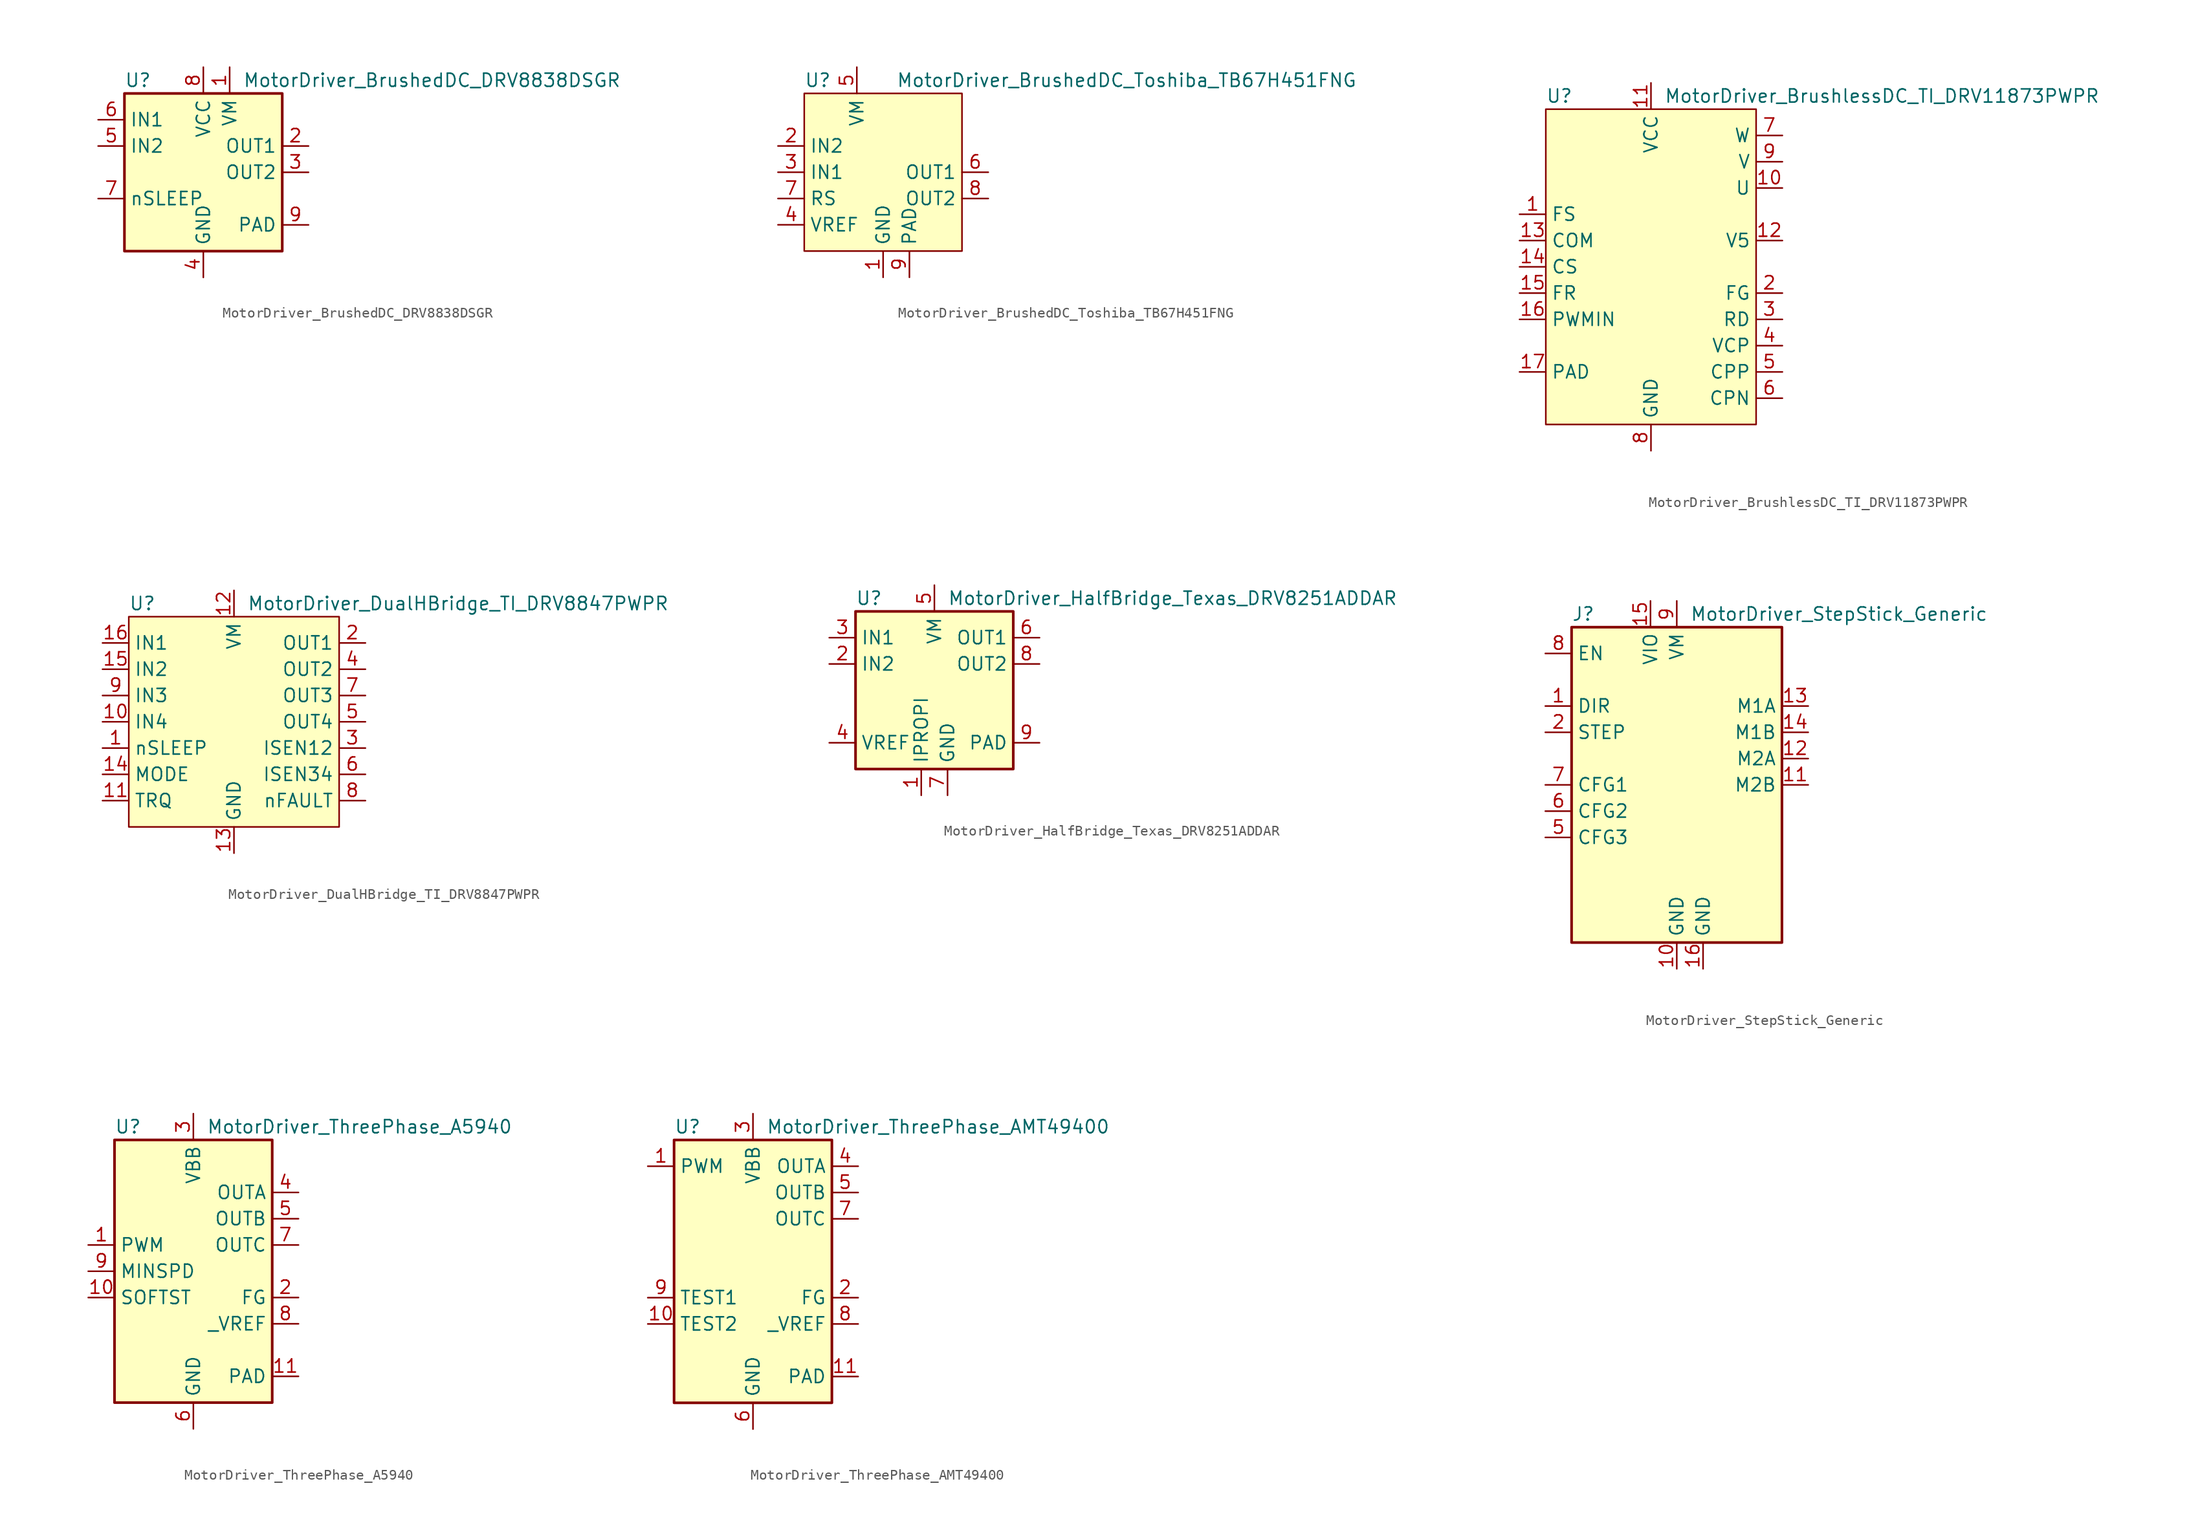
<source format=kicad_sym>
(kicad_symbol_lib
  (version 20231120)
  (generator "kicad_symbol_editor")
  (generator_version "8.0")
  (symbol "MotorDriver_BrushedDC_DRV8838DSGR"
    (property "Reference" "U"
      (at -7.62 8.89 0)
      (effects (font (size 1.27 1.27)) (justify left)))
    (property "Value" "MotorDriver_BrushedDC_DRV8838DSGR"
      (at 3.81 8.89 0)
      (effects (font (size 1.27 1.27)) (justify left)))
    (symbol "MotorDriver_BrushedDC_DRV8838DSGR_0_1"
      (rectangle (start -7.62 7.62) (end 7.62 -7.62) (stroke (width 0.254) (type default)) (fill (type background))))
    (symbol "MotorDriver_BrushedDC_DRV8838DSGR_1_1"
      (pin power_in line (at 2.54 10.16 270) (length 2.54) (name "VM" (effects (font (size 1.27 1.27)))) (number "1" (effects (font (size 1.27 1.27)))))
      (pin output line (at 10.16 2.54 180) (length 2.54) (name "OUT1" (effects (font (size 1.27 1.27)))) (number "2" (effects (font (size 1.27 1.27)))))
      (pin output line (at 10.16 0 180) (length 2.54) (name "OUT2" (effects (font (size 1.27 1.27)))) (number "3" (effects (font (size 1.27 1.27)))))
      (pin power_in line (at 0 -10.16 90) (length 2.54) (name "GND" (effects (font (size 1.27 1.27)))) (number "4" (effects (font (size 1.27 1.27)))))
      (pin input line (at -10.16 2.54 0) (length 2.54) (name "IN2" (effects (font (size 1.27 1.27)))) (number "5" (effects (font (size 1.27 1.27)))))
      (pin input line (at -10.16 5.08 0) (length 2.54) (name "IN1" (effects (font (size 1.27 1.27)))) (number "6" (effects (font (size 1.27 1.27)))))
      (pin input line (at -10.16 -2.54 0) (length 2.54) (name "nSLEEP" (effects (font (size 1.27 1.27)))) (number "7" (effects (font (size 1.27 1.27)))))
      (pin power_in line (at 0 10.16 270) (length 2.54) (name "VCC" (effects (font (size 1.27 1.27)))) (number "8" (effects (font (size 1.27 1.27)))))
      (pin passive line (at 10.16 -5.08 180) (length 2.54) (name "PAD" (effects (font (size 1.27 1.27)))) (number "9" (effects (font (size 1.27 1.27)))))))
  (symbol "MotorDriver_BrushedDC_Toshiba_TB67H451FNG"
    (property "Reference" "U"
      (at -7.62 8.89 0)
      (effects (font (size 1.27 1.27)) (justify left)))
    (property "Value" "MotorDriver_BrushedDC_Toshiba_TB67H451FNG"
      (at 1.27 8.89 0)
      (effects (font (size 1.27 1.27)) (justify left)))
    (symbol "MotorDriver_BrushedDC_Toshiba_TB67H451FNG_1_1"
      (rectangle (start -7.62 7.62) (end 7.62 -7.62) (stroke (width 0) (type default)) (fill (type background)))
      (pin power_in line (at 0 -10.16 90) (length 2.54) (name "GND" (effects (font (size 1.27 1.27)))) (number "1" (effects (font (size 1.27 1.27)))))
      (pin input line (at -10.16 2.54 0) (length 2.54) (name "IN2" (effects (font (size 1.27 1.27)))) (number "2" (effects (font (size 1.27 1.27)))))
      (pin input line (at -10.16 0 0) (length 2.54) (name "IN1" (effects (font (size 1.27 1.27)))) (number "3" (effects (font (size 1.27 1.27)))))
      (pin input line (at -10.16 -5.08 0) (length 2.54) (name "VREF" (effects (font (size 1.27 1.27)))) (number "4" (effects (font (size 1.27 1.27)))))
      (pin power_in line (at -2.54 10.16 270) (length 2.54) (name "VM" (effects (font (size 1.27 1.27)))) (number "5" (effects (font (size 1.27 1.27)))))
      (pin output line (at 10.16 0 180) (length 2.54) (name "OUT1" (effects (font (size 1.27 1.27)))) (number "6" (effects (font (size 1.27 1.27)))))
      (pin input line (at -10.16 -2.54 0) (length 2.54) (name "RS" (effects (font (size 1.27 1.27)))) (number "7" (effects (font (size 1.27 1.27)))))
      (pin output line (at 10.16 -2.54 180) (length 2.54) (name "OUT2" (effects (font (size 1.27 1.27)))) (number "8" (effects (font (size 1.27 1.27)))))
      (pin power_in line (at 2.54 -10.16 90) (length 2.54) (name "PAD" (effects (font (size 1.27 1.27)))) (number "9" (effects (font (size 1.27 1.27)))))))
  (symbol "MotorDriver_BrushlessDC_TI_DRV11873PWPR"
    (property "Reference" "U"
      (at -10.16 16.51 0)
      (effects (font (size 1.27 1.27)) (justify left)))
    (property "Value" "MotorDriver_BrushlessDC_TI_DRV11873PWPR"
      (at 1.27 16.51 0)
      (effects (font (size 1.27 1.27)) (justify left)))
    (symbol "MotorDriver_BrushlessDC_TI_DRV11873PWPR_1_1"
      (rectangle (start -10.16 15.24) (end 10.16 -15.24) (stroke (width 0) (type default)) (fill (type background)))
      (pin input line (at -12.7 5.08 0) (length 2.54) (name "FS" (effects (font (size 1.27 1.27)))) (number "1" (effects (font (size 1.27 1.27)))))
      (pin output line (at 12.7 7.62 180) (length 2.54) (name "U" (effects (font (size 1.27 1.27)))) (number "10" (effects (font (size 1.27 1.27)))))
      (pin power_in line (at 0 17.78 270) (length 2.54) (name "VCC" (effects (font (size 1.27 1.27)))) (number "11" (effects (font (size 1.27 1.27)))))
      (pin output line (at 12.7 2.54 180) (length 2.54) (name "V5" (effects (font (size 1.27 1.27)))) (number "12" (effects (font (size 1.27 1.27)))))
      (pin input line (at -12.7 2.54 0) (length 2.54) (name "COM" (effects (font (size 1.27 1.27)))) (number "13" (effects (font (size 1.27 1.27)))))
      (pin input line (at -12.7 0 0) (length 2.54) (name "CS" (effects (font (size 1.27 1.27)))) (number "14" (effects (font (size 1.27 1.27)))))
      (pin input line (at -12.7 -2.54 0) (length 2.54) (name "FR" (effects (font (size 1.27 1.27)))) (number "15" (effects (font (size 1.27 1.27)))))
      (pin input line (at -12.7 -5.08 0) (length 2.54) (name "PWMIN" (effects (font (size 1.27 1.27)))) (number "16" (effects (font (size 1.27 1.27)))))
      (pin passive line (at -12.7 -10.16 0) (length 2.54) (name "PAD" (effects (font (size 1.27 1.27)))) (number "17" (effects (font (size 1.27 1.27)))))
      (pin output line (at 12.7 -2.54 180) (length 2.54) (name "FG" (effects (font (size 1.27 1.27)))) (number "2" (effects (font (size 1.27 1.27)))))
      (pin output line (at 12.7 -5.08 180) (length 2.54) (name "RD" (effects (font (size 1.27 1.27)))) (number "3" (effects (font (size 1.27 1.27)))))
      (pin output line (at 12.7 -7.62 180) (length 2.54) (name "VCP" (effects (font (size 1.27 1.27)))) (number "4" (effects (font (size 1.27 1.27)))))
      (pin output line (at 12.7 -10.16 180) (length 2.54) (name "CPP" (effects (font (size 1.27 1.27)))) (number "5" (effects (font (size 1.27 1.27)))))
      (pin output line (at 12.7 -12.7 180) (length 2.54) (name "CPN" (effects (font (size 1.27 1.27)))) (number "6" (effects (font (size 1.27 1.27)))))
      (pin output line (at 12.7 12.7 180) (length 2.54) (name "W" (effects (font (size 1.27 1.27)))) (number "7" (effects (font (size 1.27 1.27)))))
      (pin power_in line (at 0 -17.78 90) (length 2.54) (name "GND" (effects (font (size 1.27 1.27)))) (number "8" (effects (font (size 1.27 1.27)))))
      (pin output line (at 12.7 10.16 180) (length 2.54) (name "V" (effects (font (size 1.27 1.27)))) (number "9" (effects (font (size 1.27 1.27)))))))
  (symbol "MotorDriver_DualHBridge_TI_DRV8847PWPR"
    (property "Reference" "U"
      (at -10.16 11.43 0)
      (effects (font (size 1.27 1.27)) (justify left)))
    (property "Value" "MotorDriver_DualHBridge_TI_DRV8847PWPR"
      (at 1.27 11.43 0)
      (effects (font (size 1.27 1.27)) (justify left)))
    (symbol "MotorDriver_DualHBridge_TI_DRV8847PWPR_1_1"
      (rectangle (start -10.16 10.16) (end 10.16 -10.16) (stroke (width 0) (type default)) (fill (type background)))
      (pin input line (at -12.7 -2.54 0) (length 2.54) (name "nSLEEP" (effects (font (size 1.27 1.27)))) (number "1" (effects (font (size 1.27 1.27)))))
      (pin input line (at -12.7 0 0) (length 2.54) (name "IN4" (effects (font (size 1.27 1.27)))) (number "10" (effects (font (size 1.27 1.27)))))
      (pin input line (at -12.7 -7.62 0) (length 2.54) (name "TRQ" (effects (font (size 1.27 1.27)))) (number "11" (effects (font (size 1.27 1.27)))))
      (pin power_in line (at 0 12.7 270) (length 2.54) (name "VM" (effects (font (size 1.27 1.27)))) (number "12" (effects (font (size 1.27 1.27)))))
      (pin power_in line (at 0 -12.7 90) (length 2.54) (name "GND" (effects (font (size 1.27 1.27)))) (number "13" (effects (font (size 1.27 1.27)))))
      (pin input line (at -12.7 -5.08 0) (length 2.54) (name "MODE" (effects (font (size 1.27 1.27)))) (number "14" (effects (font (size 1.27 1.27)))))
      (pin input line (at -12.7 5.08 0) (length 2.54) (name "IN2" (effects (font (size 1.27 1.27)))) (number "15" (effects (font (size 1.27 1.27)))))
      (pin input line (at -12.7 7.62 0) (length 2.54) (name "IN1" (effects (font (size 1.27 1.27)))) (number "16" (effects (font (size 1.27 1.27)))))
      (pin output line (at 12.7 7.62 180) (length 2.54) (name "OUT1" (effects (font (size 1.27 1.27)))) (number "2" (effects (font (size 1.27 1.27)))))
      (pin output line (at 12.7 -2.54 180) (length 2.54) (name "ISEN12" (effects (font (size 1.27 1.27)))) (number "3" (effects (font (size 1.27 1.27)))))
      (pin output line (at 12.7 5.08 180) (length 2.54) (name "OUT2" (effects (font (size 1.27 1.27)))) (number "4" (effects (font (size 1.27 1.27)))))
      (pin output line (at 12.7 0 180) (length 2.54) (name "OUT4" (effects (font (size 1.27 1.27)))) (number "5" (effects (font (size 1.27 1.27)))))
      (pin output line (at 12.7 -5.08 180) (length 2.54) (name "ISEN34" (effects (font (size 1.27 1.27)))) (number "6" (effects (font (size 1.27 1.27)))))
      (pin output line (at 12.7 2.54 180) (length 2.54) (name "OUT3" (effects (font (size 1.27 1.27)))) (number "7" (effects (font (size 1.27 1.27)))))
      (pin bidirectional line (at 12.7 -7.62 180) (length 2.54) (name "nFAULT" (effects (font (size 1.27 1.27)))) (number "8" (effects (font (size 1.27 1.27)))))
      (pin input line (at -12.7 2.54 0) (length 2.54) (name "IN3" (effects (font (size 1.27 1.27)))) (number "9" (effects (font (size 1.27 1.27)))))))
  (symbol "MotorDriver_HalfBridge_Texas_DRV8251ADDAR"
    (property "Reference" "U"
      (at -7.62 8.89 0)
      (effects (font (size 1.27 1.27)) (justify left)))
    (property "Value" "MotorDriver_HalfBridge_Texas_DRV8251ADDAR"
      (at 1.27 8.89 0)
      (effects (font (size 1.27 1.27)) (justify left)))
    (symbol "MotorDriver_HalfBridge_Texas_DRV8251ADDAR_0_1"
      (rectangle (start -7.62 7.62) (end 7.62 -7.62) (stroke (width 0.254) (type default)) (fill (type background))))
    (symbol "MotorDriver_HalfBridge_Texas_DRV8251ADDAR_1_1"
      (pin power_in line (at -1.27 -10.16 90) (length 2.54) (name "IPROPI" (effects (font (size 1.27 1.27)))) (number "1" (effects (font (size 1.27 1.27)))))
      (pin input line (at -10.16 2.54 0) (length 2.54) (name "IN2" (effects (font (size 1.27 1.27)))) (number "2" (effects (font (size 1.27 1.27)))))
      (pin input line (at -10.16 5.08 0) (length 2.54) (name "IN1" (effects (font (size 1.27 1.27)))) (number "3" (effects (font (size 1.27 1.27)))))
      (pin input line (at -10.16 -5.08 0) (length 2.54) (name "VREF" (effects (font (size 1.27 1.27)))) (number "4" (effects (font (size 1.27 1.27)))))
      (pin power_in line (at 0 10.16 270) (length 2.54) (name "VM" (effects (font (size 1.27 1.27)))) (number "5" (effects (font (size 1.27 1.27)))))
      (pin output line (at 10.16 5.08 180) (length 2.54) (name "OUT1" (effects (font (size 1.27 1.27)))) (number "6" (effects (font (size 1.27 1.27)))))
      (pin power_in line (at 1.27 -10.16 90) (length 2.54) (name "GND" (effects (font (size 1.27 1.27)))) (number "7" (effects (font (size 1.27 1.27)))))
      (pin output line (at 10.16 2.54 180) (length 2.54) (name "OUT2" (effects (font (size 1.27 1.27)))) (number "8" (effects (font (size 1.27 1.27)))))
      (pin passive line (at 10.16 -5.08 180) (length 2.54) (name "PAD" (effects (font (size 1.27 1.27)))) (number "9" (effects (font (size 1.27 1.27)))))))
  (symbol "MotorDriver_StepStick_Generic"
    (property "Reference" "J"
      (at -10.16 16.51 0)
      (effects (font (size 1.27 1.27)) (justify left)))
    (property "Value" "MotorDriver_StepStick_Generic"
      (at 1.27 16.51 0)
      (effects (font (size 1.27 1.27)) (justify left)))
    (symbol "MotorDriver_StepStick_Generic_0_1"
      (rectangle (start -10.16 15.24) (end 10.16 -15.24) (stroke (width 0.254) (type default)) (fill (type background))))
    (symbol "MotorDriver_StepStick_Generic_1_1"
      (pin input line (at -12.7 7.62 0) (length 2.54) (name "DIR" (effects (font (size 1.27 1.27)))) (number "1" (effects (font (size 1.27 1.27)))))
      (pin power_in line (at 0 -17.78 90) (length 2.54) (name "GND" (effects (font (size 1.27 1.27)))) (number "10" (effects (font (size 1.27 1.27)))))
      (pin output line (at 12.7 0 180) (length 2.54) (name "M2B" (effects (font (size 1.27 1.27)))) (number "11" (effects (font (size 1.27 1.27)))))
      (pin output line (at 12.7 2.54 180) (length 2.54) (name "M2A" (effects (font (size 1.27 1.27)))) (number "12" (effects (font (size 1.27 1.27)))))
      (pin output line (at 12.7 7.62 180) (length 2.54) (name "M1A" (effects (font (size 1.27 1.27)))) (number "13" (effects (font (size 1.27 1.27)))))
      (pin output line (at 12.7 5.08 180) (length 2.54) (name "M1B" (effects (font (size 1.27 1.27)))) (number "14" (effects (font (size 1.27 1.27)))))
      (pin power_in line (at -2.54 17.78 270) (length 2.54) (name "VIO" (effects (font (size 1.27 1.27)))) (number "15" (effects (font (size 1.27 1.27)))))
      (pin power_in line (at 2.54 -17.78 90) (length 2.54) (name "GND" (effects (font (size 1.27 1.27)))) (number "16" (effects (font (size 1.27 1.27)))))
      (pin input line (at -12.7 5.08 0) (length 2.54) (name "STEP" (effects (font (size 1.27 1.27)))) (number "2" (effects (font (size 1.27 1.27)))))
      (pin no_connect line (at -12.7 -12.7 0) (length 2.54) hide (name "NC" (effects (font (size 1.27 1.27)))) (number "3" (effects (font (size 1.27 1.27)))))
      (pin no_connect line (at -12.7 -10.16 0) (length 2.54) hide (name "NC" (effects (font (size 1.27 1.27)))) (number "4" (effects (font (size 1.27 1.27)))))
      (pin input line (at -12.7 -5.08 0) (length 2.54) (name "CFG3" (effects (font (size 1.27 1.27)))) (number "5" (effects (font (size 1.27 1.27)))))
      (pin input line (at -12.7 -2.54 0) (length 2.54) (name "CFG2" (effects (font (size 1.27 1.27)))) (number "6" (effects (font (size 1.27 1.27)))))
      (pin input line (at -12.7 0 0) (length 2.54) (name "CFG1" (effects (font (size 1.27 1.27)))) (number "7" (effects (font (size 1.27 1.27)))))
      (pin input line (at -12.7 12.7 0) (length 2.54) (name "EN" (effects (font (size 1.27 1.27)))) (number "8" (effects (font (size 1.27 1.27)))))
      (pin power_in line (at 0 17.78 270) (length 2.54) (name "VM" (effects (font (size 1.27 1.27)))) (number "9" (effects (font (size 1.27 1.27)))))))
  (symbol "MotorDriver_ThreePhase_A5940"
    (property "Reference" "U"
      (at -7.62 13.97 0)
      (effects (font (size 1.27 1.27)) (justify left)))
    (property "Value" "MotorDriver_ThreePhase_A5940"
      (at 1.27 13.97 0)
      (effects (font (size 1.27 1.27)) (justify left)))
    (symbol "MotorDriver_ThreePhase_A5940_0_1"
      (rectangle (start -7.62 12.7) (end 7.62 -12.7) (stroke (width 0.254) (type default)) (fill (type background))))
    (symbol "MotorDriver_ThreePhase_A5940_1_1"
      (pin input line (at -10.16 2.54 0) (length 2.54) (name "PWM" (effects (font (size 1.27 1.27)))) (number "1" (effects (font (size 1.27 1.27)))))
      (pin input line (at -10.16 -2.54 0) (length 2.54) (name "SOFTST" (effects (font (size 1.27 1.27)))) (number "10" (effects (font (size 1.27 1.27)))))
      (pin passive line (at 10.16 -10.16 180) (length 2.54) (name "PAD" (effects (font (size 1.27 1.27)))) (number "11" (effects (font (size 1.27 1.27)))))
      (pin output line (at 10.16 -2.54 180) (length 2.54) (name "FG" (effects (font (size 1.27 1.27)))) (number "2" (effects (font (size 1.27 1.27)))))
      (pin power_in line (at 0 15.24 270) (length 2.54) (name "VBB" (effects (font (size 1.27 1.27)))) (number "3" (effects (font (size 1.27 1.27)))))
      (pin output line (at 10.16 7.62 180) (length 2.54) (name "OUTA" (effects (font (size 1.27 1.27)))) (number "4" (effects (font (size 1.27 1.27)))))
      (pin output line (at 10.16 5.08 180) (length 2.54) (name "OUTB" (effects (font (size 1.27 1.27)))) (number "5" (effects (font (size 1.27 1.27)))))
      (pin power_in line (at 0 -15.24 90) (length 2.54) (name "GND" (effects (font (size 1.27 1.27)))) (number "6" (effects (font (size 1.27 1.27)))))
      (pin output line (at 10.16 2.54 180) (length 2.54) (name "OUTC" (effects (font (size 1.27 1.27)))) (number "7" (effects (font (size 1.27 1.27)))))
      (pin output line (at 10.16 -5.08 180) (length 2.54) (name "_VREF" (effects (font (size 1.27 1.27)))) (number "8" (effects (font (size 1.27 1.27)))))
      (pin input line (at -10.16 0 0) (length 2.54) (name "MINSPD" (effects (font (size 1.27 1.27)))) (number "9" (effects (font (size 1.27 1.27)))))))
  (symbol "MotorDriver_ThreePhase_AMT49400"
    (property "Reference" "U"
      (at -7.62 13.97 0)
      (effects (font (size 1.27 1.27)) (justify left)))
    (property "Value" "MotorDriver_ThreePhase_AMT49400"
      (at 1.27 13.97 0)
      (effects (font (size 1.27 1.27)) (justify left)))
    (symbol "MotorDriver_ThreePhase_AMT49400_0_1"
      (rectangle (start -7.62 12.7) (end 7.62 -12.7) (stroke (width 0.254) (type default)) (fill (type background))))
    (symbol "MotorDriver_ThreePhase_AMT49400_1_1"
      (pin input line (at -10.16 10.16 0) (length 2.54) (name "PWM" (effects (font (size 1.27 1.27)))) (number "1" (effects (font (size 1.27 1.27)))))
      (pin unspecified line (at -10.16 -5.08 0) (length 2.54) (name "TEST2" (effects (font (size 1.27 1.27)))) (number "10" (effects (font (size 1.27 1.27)))))
      (pin passive line (at 10.16 -10.16 180) (length 2.54) (name "PAD" (effects (font (size 1.27 1.27)))) (number "11" (effects (font (size 1.27 1.27)))))
      (pin output line (at 10.16 -2.54 180) (length 2.54) (name "FG" (effects (font (size 1.27 1.27)))) (number "2" (effects (font (size 1.27 1.27)))))
      (pin power_in line (at 0 15.24 270) (length 2.54) (name "VBB" (effects (font (size 1.27 1.27)))) (number "3" (effects (font (size 1.27 1.27)))))
      (pin output line (at 10.16 10.16 180) (length 2.54) (name "OUTA" (effects (font (size 1.27 1.27)))) (number "4" (effects (font (size 1.27 1.27)))))
      (pin output line (at 10.16 7.62 180) (length 2.54) (name "OUTB" (effects (font (size 1.27 1.27)))) (number "5" (effects (font (size 1.27 1.27)))))
      (pin power_in line (at 0 -15.24 90) (length 2.54) (name "GND" (effects (font (size 1.27 1.27)))) (number "6" (effects (font (size 1.27 1.27)))))
      (pin output line (at 10.16 5.08 180) (length 2.54) (name "OUTC" (effects (font (size 1.27 1.27)))) (number "7" (effects (font (size 1.27 1.27)))))
      (pin output line (at 10.16 -5.08 180) (length 2.54) (name "_VREF" (effects (font (size 1.27 1.27)))) (number "8" (effects (font (size 1.27 1.27)))))
      (pin unspecified line (at -10.16 -2.54 0) (length 2.54) (name "TEST1" (effects (font (size 1.27 1.27)))) (number "9" (effects (font (size 1.27 1.27))))))))
</source>
